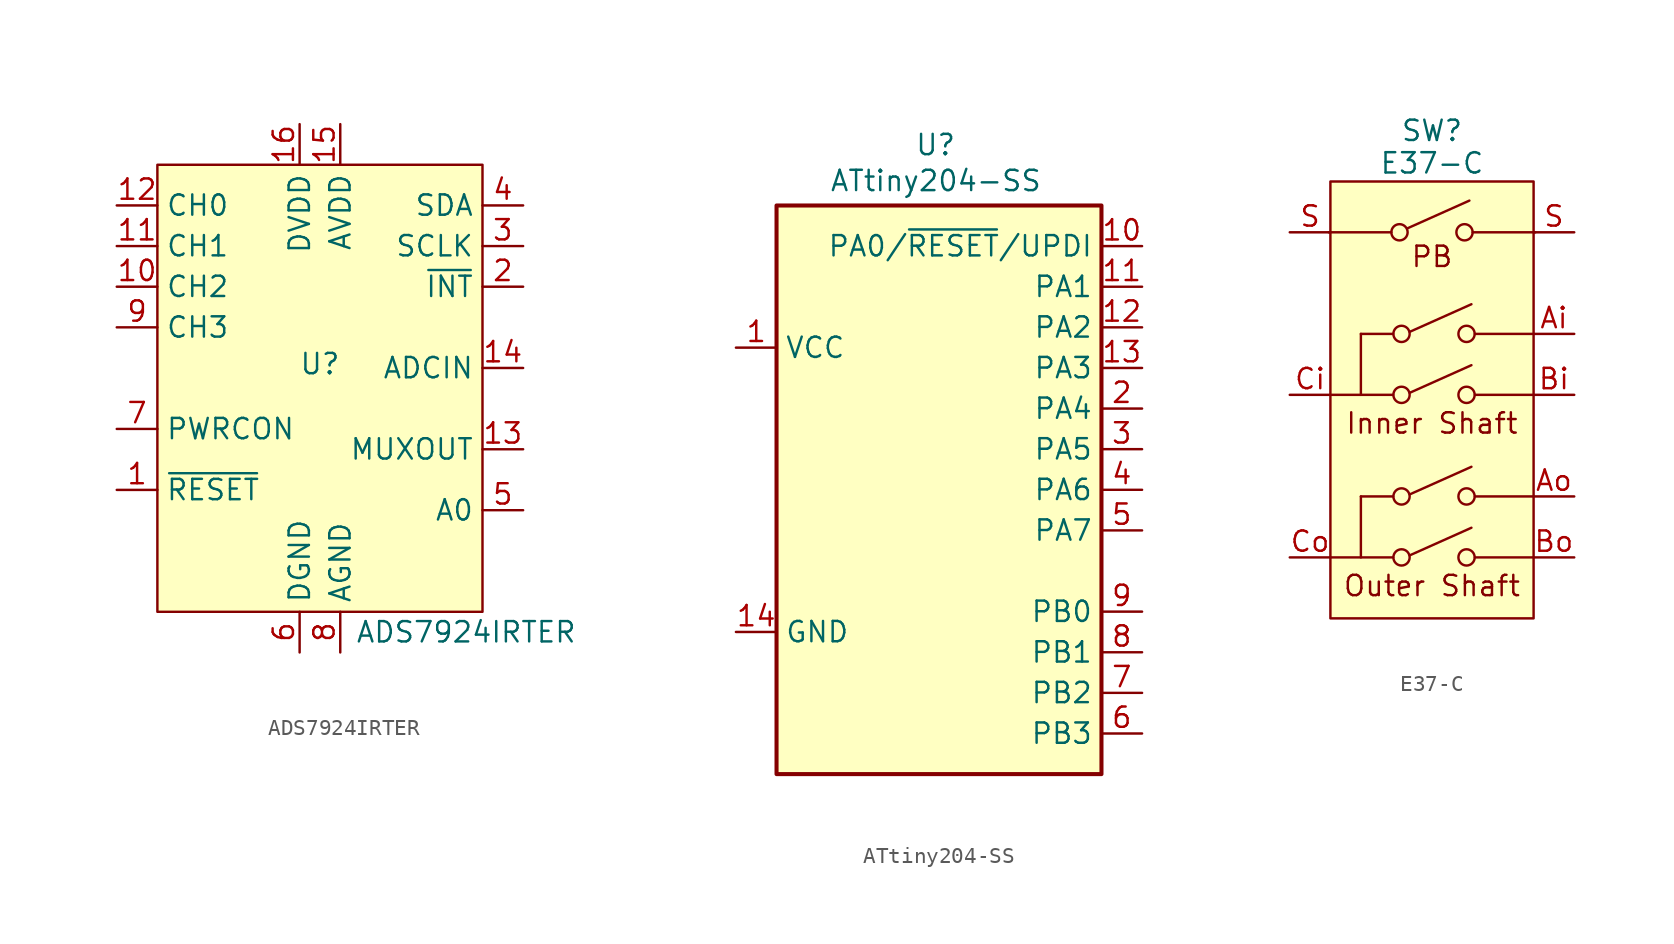
<source format=kicad_sym>
(kicad_symbol_lib
  (version 20241209)
  (generator "kicad_symbol_editor")
  (generator_version "9.0")
  (symbol "ADS7924IRTER"
    (property "Reference" "U"
      (at 0 0.254 0)
      (effects (font (size 1.27 1.27))))
    (property "Value" "ADS7924IRTER"
      (at 9.144 -16.51 0)
      (effects (font (size 1.27 1.27))))
    (symbol "ADS7924IRTER_0_0"
      (pin input line (at -12.7 10.16 0) (length 2.54) (name "CH0" (effects (font (size 1.27 1.27)))) (number "12" (effects (font (size 1.27 1.27)))))
      (pin input line (at -12.7 7.62 0) (length 2.54) (name "CH1" (effects (font (size 1.27 1.27)))) (number "11" (effects (font (size 1.27 1.27)))))
      (pin input line (at -12.7 5.08 0) (length 2.54) (name "CH2" (effects (font (size 1.27 1.27)))) (number "10" (effects (font (size 1.27 1.27)))))
      (pin input line (at -12.7 2.54 0) (length 2.54) (name "CH3" (effects (font (size 1.27 1.27)))) (number "9" (effects (font (size 1.27 1.27)))))
      (pin output line (at -12.7 -3.81 0) (length 2.54) (name "PWRCON" (effects (font (size 1.27 1.27)))) (number "7" (effects (font (size 1.27 1.27)))))
      (pin input line (at -12.7 -7.62 0) (length 2.54) (name "~{RESET}" (effects (font (size 1.27 1.27)))) (number "1" (effects (font (size 1.27 1.27)))))
      (pin power_in line (at -1.27 15.24 270) (length 2.54) (name "DVDD" (effects (font (size 1.27 1.27)))) (number "16" (effects (font (size 1.27 1.27)))))
      (pin power_in line (at -1.27 -17.78 90) (length 2.54) (name "DGND" (effects (font (size 1.27 1.27)))) (number "6" (effects (font (size 1.27 1.27)))))
      (pin power_in line (at 1.27 15.24 270) (length 2.54) (name "AVDD" (effects (font (size 1.27 1.27)))) (number "15" (effects (font (size 1.27 1.27)))))
      (pin power_in line (at 1.27 -17.78 90) (length 2.54) (name "AGND" (effects (font (size 1.27 1.27)))) (number "8" (effects (font (size 1.27 1.27)))))
      (pin output line (at 12.7 10.16 180) (length 2.54) (name "SDA" (effects (font (size 1.27 1.27)))) (number "4" (effects (font (size 1.27 1.27)))))
      (pin input line (at 12.7 7.62 180) (length 2.54) (name "SCLK" (effects (font (size 1.27 1.27)))) (number "3" (effects (font (size 1.27 1.27)))))
      (pin output line (at 12.7 5.08 180) (length 2.54) (name "~{INT}" (effects (font (size 1.27 1.27)))) (number "2" (effects (font (size 1.27 1.27)))))
      (pin input line (at 12.7 0 180) (length 2.54) (name "ADCIN" (effects (font (size 1.27 1.27)))) (number "14" (effects (font (size 1.27 1.27)))))
      (pin output line (at 12.7 -5.08 180) (length 2.54) (name "MUXOUT" (effects (font (size 1.27 1.27)))) (number "13" (effects (font (size 1.27 1.27)))))
      (pin input line (at 12.7 -8.89 180) (length 2.54) (name "A0" (effects (font (size 1.27 1.27)))) (number "5" (effects (font (size 1.27 1.27))))))
    (symbol "ADS7924IRTER_1_1"
      (rectangle (start -10.16 12.7) (end 10.16 -15.24) (stroke (width 0) (type solid)) (fill (type color) (color 255 255 194 1)))))
  (symbol "ATtiny204-SS"
    (property "Reference" "U"
      (at -1.524 15.748 0)
      (effects (font (size 1.27 1.27)) (justify left bottom)))
    (property "Value" "ATtiny204-SS"
      (at -6.858 14.986 0)
      (effects (font (size 1.27 1.27)) (justify left top)))
    (symbol "ATtiny204-SS_0_1"
      (rectangle (start -10.16 12.7) (end 10.16 -22.86) (stroke (width 0.254) (type default)) (fill (type background))))
    (symbol "ATtiny204-SS_1_1"
      (pin power_in line (at -12.7 3.81 0) (length 2.54) (name "VCC" (effects (font (size 1.27 1.27)))) (number "1" (effects (font (size 1.27 1.27)))))
      (pin power_in line (at -12.7 -13.97 0) (length 2.54) (name "GND" (effects (font (size 1.27 1.27)))) (number "14" (effects (font (size 1.27 1.27)))))
      (pin bidirectional line (at 12.7 10.16 180) (length 2.54) (name "PA0/~{RESET}/UPDI" (effects (font (size 1.27 1.27)))) (number "10" (effects (font (size 1.27 1.27)))))
      (pin bidirectional line (at 12.7 7.62 180) (length 2.54) (name "PA1" (effects (font (size 1.27 1.27)))) (number "11" (effects (font (size 1.27 1.27)))))
      (pin bidirectional line (at 12.7 5.08 180) (length 2.54) (name "PA2" (effects (font (size 1.27 1.27)))) (number "12" (effects (font (size 1.27 1.27)))))
      (pin bidirectional line (at 12.7 2.54 180) (length 2.54) (name "PA3" (effects (font (size 1.27 1.27)))) (number "13" (effects (font (size 1.27 1.27)))))
      (pin bidirectional line (at 12.7 0 180) (length 2.54) (name "PA4" (effects (font (size 1.27 1.27)))) (number "2" (effects (font (size 1.27 1.27)))))
      (pin bidirectional line (at 12.7 -2.54 180) (length 2.54) (name "PA5" (effects (font (size 1.27 1.27)))) (number "3" (effects (font (size 1.27 1.27)))))
      (pin bidirectional line (at 12.7 -5.08 180) (length 2.54) (name "PA6" (effects (font (size 1.27 1.27)))) (number "4" (effects (font (size 1.27 1.27)))))
      (pin bidirectional line (at 12.7 -7.62 180) (length 2.54) (name "PA7" (effects (font (size 1.27 1.27)))) (number "5" (effects (font (size 1.27 1.27)))))
      (pin bidirectional line (at 12.7 -12.7 180) (length 2.54) (name "PB0" (effects (font (size 1.27 1.27)))) (number "9" (effects (font (size 1.27 1.27)))))
      (pin bidirectional line (at 12.7 -15.24 180) (length 2.54) (name "PB1" (effects (font (size 1.27 1.27)))) (number "8" (effects (font (size 1.27 1.27)))))
      (pin bidirectional line (at 12.7 -17.78 180) (length 2.54) (name "PB2" (effects (font (size 1.27 1.27)))) (number "7" (effects (font (size 1.27 1.27)))))
      (pin bidirectional line (at 12.7 -20.32 180) (length 2.54) (name "PB3" (effects (font (size 1.27 1.27)))) (number "6" (effects (font (size 1.27 1.27)))))))
  (symbol "E37-C"
    (pin_names
      (hide yes))
    (property "Reference" "SW"
      (at 0 6.35 0)
      (effects (font (size 1.27 1.27))))
    (property "Value" "E37-C"
      (at 0 4.318 0)
      (effects (font (size 1.27 1.27))))
    (symbol "E37-C_0_0"
      (circle (center -2.032 0) (radius 0.508) (stroke (width 0) (type default)) (fill (type none)))
      (circle (center -1.905 -6.35) (radius 0.508) (stroke (width 0) (type default)) (fill (type none)))
      (circle (center -1.905 -10.16) (radius 0.508) (stroke (width 0) (type default)) (fill (type none)))
      (circle (center -1.905 -16.51) (radius 0.508) (stroke (width 0) (type default)) (fill (type none)))
      (circle (center -1.905 -20.32) (radius 0.508) (stroke (width 0) (type default)) (fill (type none))))
    (symbol "E37-C_0_1"
      (polyline (pts (xy -1.524 0.254) (xy 2.337 1.981)) (stroke (width 0) (type default)) (fill (type none)))
      (polyline (pts (xy -1.397 -6.223) (xy 2.464 -4.496)) (stroke (width 0) (type default)) (fill (type none)))
      (polyline (pts (xy -1.397 -10.033) (xy 2.464 -8.306)) (stroke (width 0) (type default)) (fill (type none)))
      (polyline (pts (xy -1.397 -16.383) (xy 2.464 -14.656)) (stroke (width 0) (type default)) (fill (type none)))
      (polyline (pts (xy -1.397 -20.193) (xy 2.464 -18.466)) (stroke (width 0) (type default)) (fill (type none)))
      (circle (center 2.032 0) (radius 0.508) (stroke (width 0) (type default)) (fill (type none)))
      (circle (center 2.159 -6.35) (radius 0.508) (stroke (width 0) (type default)) (fill (type none)))
      (circle (center 2.159 -10.16) (radius 0.508) (stroke (width 0) (type default)) (fill (type none)))
      (circle (center 2.159 -16.51) (radius 0.508) (stroke (width 0) (type default)) (fill (type none)))
      (circle (center 2.159 -20.32) (radius 0.508) (stroke (width 0) (type default)) (fill (type none))))
    (symbol "E37-C_1_1"
      (rectangle (start -6.35 3.175) (end 6.35 -24.13) (stroke (width 0) (type solid)) (fill (type background)))
      (polyline (pts (xy -6.35 -10.16) (xy -2.43 -10.16)) (stroke (width 0) (type default)) (fill (type none)))
      (polyline (pts (xy -6.35 -20.32) (xy -2.43 -20.32)) (stroke (width 0) (type default)) (fill (type none)))
      (polyline (pts (xy -4.445 -6.35) (xy -4.445 -10.16)) (stroke (width 0) (type default)) (fill (type none)))
      (polyline (pts (xy -4.445 -6.35) (xy -2.43 -6.35)) (stroke (width 0) (type default)) (fill (type none)))
      (polyline (pts (xy -4.445 -16.51) (xy -4.445 -20.32)) (stroke (width 0) (type default)) (fill (type none)))
      (polyline (pts (xy -4.445 -16.51) (xy -2.43 -16.51)) (stroke (width 0) (type default)) (fill (type none)))
      (polyline (pts (xy -2.54 0) (xy -6.46 0)) (stroke (width 0) (type default)) (fill (type none)))
      (polyline (pts (xy 2.54 0) (xy 6.46 0)) (stroke (width 0) (type default)) (fill (type none)))
      (polyline (pts (xy 6.35 -6.35) (xy 2.683 -6.35)) (stroke (width 0) (type default)) (fill (type none)))
      (polyline (pts (xy 6.35 -10.16) (xy 2.683 -10.16)) (stroke (width 0) (type default)) (fill (type none)))
      (polyline (pts (xy 6.35 -16.51) (xy 2.683 -16.51)) (stroke (width 0) (type default)) (fill (type none)))
      (polyline (pts (xy 6.35 -20.32) (xy 2.683 -20.32)) (stroke (width 0) (type default)) (fill (type none)))
      (text "PB" (at 0 -1.524 0) (effects (font (size 1.27 1.27))))
      (text "Inner Shaft" (at 0 -11.938 0) (effects (font (size 1.27 1.27))))
      (text "Outer Shaft" (at 0 -22.098 0) (effects (font (size 1.27 1.27))))
      (pin passive line (at -8.89 0 0) (length 2.54) (name "S" (effects (font (size 1.27 1.27)))) (number "S" (effects (font (size 1.27 1.27)))))
      (pin passive line (at -8.89 -10.16 0) (length 2.54) (name "Ci" (effects (font (size 1.27 1.27)))) (number "Ci" (effects (font (size 1.27 1.27)))))
      (pin passive line (at -8.89 -20.32 0) (length 2.54) (name "Co" (effects (font (size 1.27 1.27)))) (number "Co" (effects (font (size 1.27 1.27)))))
      (pin passive line (at 8.89 0 180) (length 2.54) (name "S" (effects (font (size 1.27 1.27)))) (number "S" (effects (font (size 1.27 1.27)))))
      (pin passive line (at 8.89 -6.35 180) (length 2.54) (name "Ai" (effects (font (size 1.27 1.27)))) (number "Ai" (effects (font (size 1.27 1.27)))))
      (pin passive line (at 8.89 -10.16 180) (length 2.54) (name "Bi" (effects (font (size 1.27 1.27)))) (number "Bi" (effects (font (size 1.27 1.27)))))
      (pin passive line (at 8.89 -16.51 180) (length 2.54) (name "Ao" (effects (font (size 1.27 1.27)))) (number "Ao" (effects (font (size 1.27 1.27)))))
      (pin passive line (at 8.89 -20.32 180) (length 2.54) (name "Bo" (effects (font (size 1.27 1.27)))) (number "Bo" (effects (font (size 1.27 1.27))))))))
</source>
